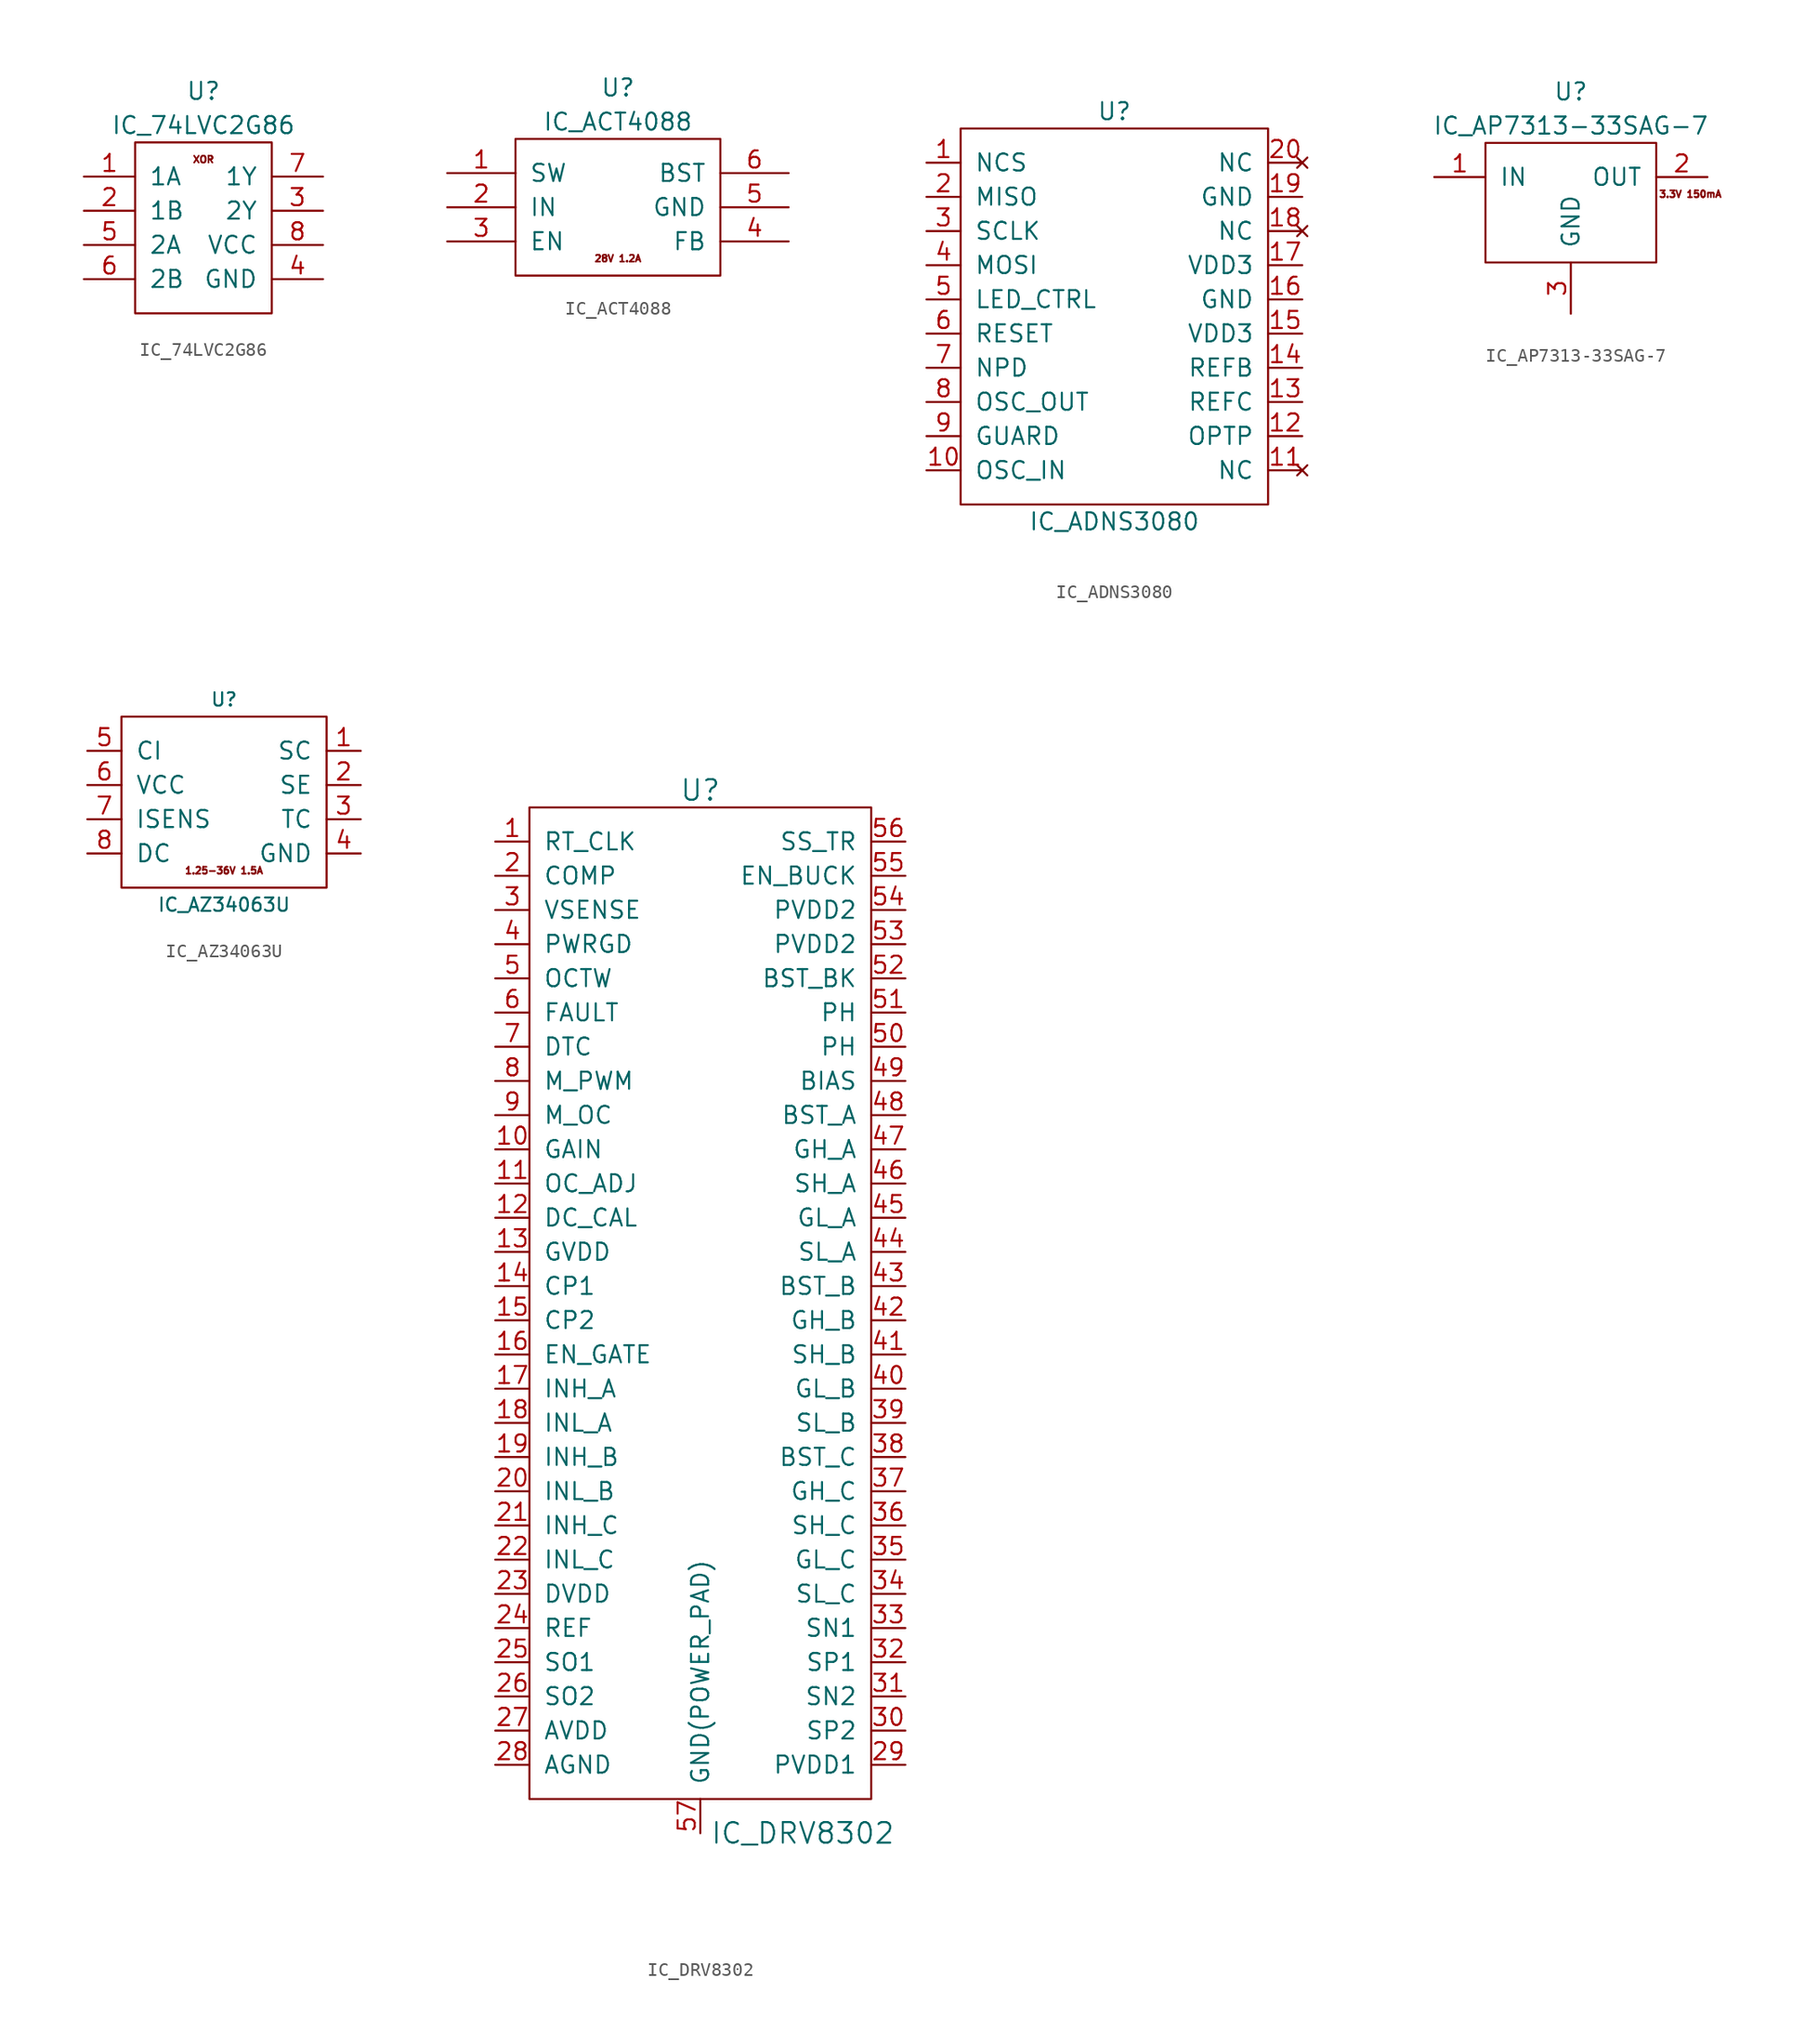
<source format=kicad_sym>
(kicad_symbol_lib
  (version 20211014)
  (generator kicad_symbol_editor)
  (symbol "IC_74LVC2G86"
    (pin_names
      (offset 1.016))
    (property "Reference" "U"
      (at 0 7.62 0)
      (effects (font (size 1.27 1.27))))
    (property "Value" "IC_74LVC2G86"
      (at 0 5.08 0)
      (effects (font (size 1.27 1.27))))
    (symbol "IC_74LVC2G86_0_0"
      (text "XOR" (at 0 2.54 0) (effects (font (size 0.508 0.508)))))
    (symbol "IC_74LVC2G86_0_1"
      (rectangle (start -5.08 3.81) (end 5.08 -8.89) (stroke (width 0) (type default) (color 0 0 0 0)) (fill (type none))))
    (symbol "IC_74LVC2G86_1_1"
      (pin input line (at -8.89 1.27 0) (length 3.81) (name "1A" (effects (font (size 1.27 1.27)))) (number "1" (effects (font (size 1.27 1.27)))))
      (pin input line (at -8.89 -1.27 0) (length 3.81) (name "1B" (effects (font (size 1.27 1.27)))) (number "2" (effects (font (size 1.27 1.27)))))
      (pin output line (at 8.89 -1.27 180) (length 3.81) (name "2Y" (effects (font (size 1.27 1.27)))) (number "3" (effects (font (size 1.27 1.27)))))
      (pin power_in line (at 8.89 -6.35 180) (length 3.81) (name "GND" (effects (font (size 1.27 1.27)))) (number "4" (effects (font (size 1.27 1.27)))))
      (pin input line (at -8.89 -3.81 0) (length 3.81) (name "2A" (effects (font (size 1.27 1.27)))) (number "5" (effects (font (size 1.27 1.27)))))
      (pin input line (at -8.89 -6.35 0) (length 3.81) (name "2B" (effects (font (size 1.27 1.27)))) (number "6" (effects (font (size 1.27 1.27)))))
      (pin output line (at 8.89 1.27 180) (length 3.81) (name "1Y" (effects (font (size 1.27 1.27)))) (number "7" (effects (font (size 1.27 1.27)))))
      (pin power_in line (at 8.89 -3.81 180) (length 3.81) (name "VCC" (effects (font (size 1.27 1.27)))) (number "8" (effects (font (size 1.27 1.27)))))))
  (symbol "IC_ACT4088"
    (pin_names
      (offset 1.016))
    (property "Reference" "U"
      (at 0 8.89 0)
      (effects (font (size 1.27 1.27))))
    (property "Value" "IC_ACT4088"
      (at 0 6.35 0)
      (effects (font (size 1.27 1.27))))
    (symbol "IC_ACT4088_0_0"
      (text "28V 1.2A" (at 0 -3.81 0) (effects (font (size 0.508 0.508)))))
    (symbol "IC_ACT4088_0_1"
      (rectangle (start -7.62 5.08) (end 7.62 -5.08) (stroke (width 0) (type default) (color 0 0 0 0)) (fill (type none))))
    (symbol "IC_ACT4088_1_1"
      (pin output line (at -12.7 2.54 0) (length 5.08) (name "SW" (effects (font (size 1.27 1.27)))) (number "1" (effects (font (size 1.27 1.27)))))
      (pin power_in line (at -12.7 0 0) (length 5.08) (name "IN" (effects (font (size 1.27 1.27)))) (number "2" (effects (font (size 1.27 1.27)))))
      (pin input line (at -12.7 -2.54 0) (length 5.08) (name "EN" (effects (font (size 1.27 1.27)))) (number "3" (effects (font (size 1.27 1.27)))))
      (pin input line (at 12.7 -2.54 180) (length 5.08) (name "FB" (effects (font (size 1.27 1.27)))) (number "4" (effects (font (size 1.27 1.27)))))
      (pin power_in line (at 12.7 0 180) (length 5.08) (name "GND" (effects (font (size 1.27 1.27)))) (number "5" (effects (font (size 1.27 1.27)))))
      (pin passive line (at 12.7 2.54 180) (length 5.08) (name "BST" (effects (font (size 1.27 1.27)))) (number "6" (effects (font (size 1.27 1.27)))))))
  (symbol "IC_ADNS3080"
    (pin_names
      (offset 1.016))
    (property "Reference" "U"
      (at 0 15.24 0)
      (effects (font (size 1.27 1.27))))
    (property "Value" "IC_ADNS3080"
      (at 0 -15.24 0)
      (effects (font (size 1.27 1.27))))
    (symbol "IC_ADNS3080_0_1"
      (rectangle (start -11.43 13.97) (end 11.43 -13.97) (stroke (width 0) (type default) (color 0 0 0 0)) (fill (type none))))
    (symbol "IC_ADNS3080_1_1"
      (pin input line (at -13.97 11.43 0) (length 2.54) (name "NCS" (effects (font (size 1.27 1.27)))) (number "1" (effects (font (size 1.27 1.27)))))
      (pin input line (at -13.97 -11.43 0) (length 2.54) (name "OSC_IN" (effects (font (size 1.27 1.27)))) (number "10" (effects (font (size 1.27 1.27)))))
      (pin no_connect line (at 13.97 -11.43 180) (length 2.54) (name "NC" (effects (font (size 1.27 1.27)))) (number "11" (effects (font (size 1.27 1.27)))))
      (pin input line (at 13.97 -8.89 180) (length 2.54) (name "OPTP" (effects (font (size 1.27 1.27)))) (number "12" (effects (font (size 1.27 1.27)))))
      (pin passive line (at 13.97 -6.35 180) (length 2.54) (name "REFC" (effects (font (size 1.27 1.27)))) (number "13" (effects (font (size 1.27 1.27)))))
      (pin passive line (at 13.97 -3.81 180) (length 2.54) (name "REFB" (effects (font (size 1.27 1.27)))) (number "14" (effects (font (size 1.27 1.27)))))
      (pin power_in line (at 13.97 -1.27 180) (length 2.54) (name "VDD3" (effects (font (size 1.27 1.27)))) (number "15" (effects (font (size 1.27 1.27)))))
      (pin power_in line (at 13.97 1.27 180) (length 2.54) (name "GND" (effects (font (size 1.27 1.27)))) (number "16" (effects (font (size 1.27 1.27)))))
      (pin power_in line (at 13.97 3.81 180) (length 2.54) (name "VDD3" (effects (font (size 1.27 1.27)))) (number "17" (effects (font (size 1.27 1.27)))))
      (pin no_connect line (at 13.97 6.35 180) (length 2.54) (name "NC" (effects (font (size 1.27 1.27)))) (number "18" (effects (font (size 1.27 1.27)))))
      (pin power_in line (at 13.97 8.89 180) (length 2.54) (name "GND" (effects (font (size 1.27 1.27)))) (number "19" (effects (font (size 1.27 1.27)))))
      (pin output line (at -13.97 8.89 0) (length 2.54) (name "MISO" (effects (font (size 1.27 1.27)))) (number "2" (effects (font (size 1.27 1.27)))))
      (pin no_connect line (at 13.97 11.43 180) (length 2.54) (name "NC" (effects (font (size 1.27 1.27)))) (number "20" (effects (font (size 1.27 1.27)))))
      (pin input line (at -13.97 6.35 0) (length 2.54) (name "SCLK" (effects (font (size 1.27 1.27)))) (number "3" (effects (font (size 1.27 1.27)))))
      (pin input line (at -13.97 3.81 0) (length 2.54) (name "MOSI" (effects (font (size 1.27 1.27)))) (number "4" (effects (font (size 1.27 1.27)))))
      (pin output line (at -13.97 1.27 0) (length 2.54) (name "LED_CTRL" (effects (font (size 1.27 1.27)))) (number "5" (effects (font (size 1.27 1.27)))))
      (pin input line (at -13.97 -1.27 0) (length 2.54) (name "RESET" (effects (font (size 1.27 1.27)))) (number "6" (effects (font (size 1.27 1.27)))))
      (pin input line (at -13.97 -3.81 0) (length 2.54) (name "NPD" (effects (font (size 1.27 1.27)))) (number "7" (effects (font (size 1.27 1.27)))))
      (pin output line (at -13.97 -6.35 0) (length 2.54) (name "OSC_OUT" (effects (font (size 1.27 1.27)))) (number "8" (effects (font (size 1.27 1.27)))))
      (pin input line (at -13.97 -8.89 0) (length 2.54) (name "GUARD" (effects (font (size 1.27 1.27)))) (number "9" (effects (font (size 1.27 1.27)))))))
  (symbol "IC_AP7313-33SAG-7"
    (pin_names
      (offset 1.016))
    (property "Reference" "U"
      (at 0 8.89 0)
      (effects (font (size 1.27 1.27))))
    (property "Value" "IC_AP7313-33SAG-7"
      (at 0 6.35 0)
      (effects (font (size 1.27 1.27))))
    (symbol "IC_AP7313-33SAG-7_0_0"
      (text "3.3V 150mA" (at 8.89 1.27 0) (effects (font (size 0.508 0.508)))))
    (symbol "IC_AP7313-33SAG-7_0_1"
      (rectangle (start -6.35 5.08) (end 6.35 -3.81) (stroke (width 0) (type default) (color 0 0 0 0)) (fill (type none))))
    (symbol "IC_AP7313-33SAG-7_1_1"
      (pin power_in line (at -10.16 2.54 0) (length 3.81) (name "IN" (effects (font (size 1.27 1.27)))) (number "1" (effects (font (size 1.27 1.27)))))
      (pin power_out line (at 10.16 2.54 180) (length 3.81) (name "OUT" (effects (font (size 1.27 1.27)))) (number "2" (effects (font (size 1.27 1.27)))))
      (pin power_in line (at 0 -7.62 90) (length 3.81) (name "GND" (effects (font (size 1.27 1.27)))) (number "3" (effects (font (size 1.27 1.27)))))))
  (symbol "IC_AZ34063U"
    (pin_names
      (offset 1.016))
    (property "Reference" "U"
      (at 0 7.62 0)
      (effects (font (size 0.991 0.991))))
    (property "Value" "IC_AZ34063U"
      (at 0 -7.62 0)
      (effects (font (size 0.991 0.991))))
    (symbol "IC_AZ34063U_0_0"
      (text "1.25-36V 1.5A" (at 0 -5.08 0) (effects (font (size 0.508 0.508)))))
    (symbol "IC_AZ34063U_0_1"
      (rectangle (start -7.62 6.35) (end 7.62 -6.35) (stroke (width 0) (type default) (color 0 0 0 0)) (fill (type none))))
    (symbol "IC_AZ34063U_1_1"
      (pin passive line (at 10.16 3.81 180) (length 2.54) (name "SC" (effects (font (size 1.27 1.27)))) (number "1" (effects (font (size 1.27 1.27)))))
      (pin passive line (at 10.16 1.27 180) (length 2.54) (name "SE" (effects (font (size 1.27 1.27)))) (number "2" (effects (font (size 1.27 1.27)))))
      (pin passive line (at 10.16 -1.27 180) (length 2.54) (name "TC" (effects (font (size 1.27 1.27)))) (number "3" (effects (font (size 1.27 1.27)))))
      (pin passive line (at 10.16 -3.81 180) (length 2.54) (name "GND" (effects (font (size 1.27 1.27)))) (number "4" (effects (font (size 1.27 1.27)))))
      (pin passive line (at -10.16 3.81 0) (length 2.54) (name "CI" (effects (font (size 1.27 1.27)))) (number "5" (effects (font (size 1.27 1.27)))))
      (pin power_in line (at -10.16 1.27 0) (length 2.54) (name "VCC" (effects (font (size 1.27 1.27)))) (number "6" (effects (font (size 1.27 1.27)))))
      (pin passive line (at -10.16 -1.27 0) (length 2.54) (name "ISENS" (effects (font (size 1.27 1.27)))) (number "7" (effects (font (size 1.27 1.27)))))
      (pin passive line (at -10.16 -3.81 0) (length 2.54) (name "DC" (effects (font (size 1.27 1.27)))) (number "8" (effects (font (size 1.27 1.27)))))))
  (symbol "IC_DRV8302"
    (pin_names
      (offset 1.016))
    (property "Reference" "U"
      (at 0 38.1 0)
      (effects (font (size 1.524 1.524))))
    (property "Value" "IC_DRV8302"
      (at 7.62 -39.37 0)
      (effects (font (size 1.524 1.524))))
    (property "Datasheet" ""
      (at 0 38.1 0)
      (effects (font (size 1.524 1.524))))
    (symbol "IC_DRV8302_0_1"
      (rectangle (start 12.7 -36.83) (end -12.7 36.83) (stroke (width 0) (type default) (color 0 0 0 0)) (fill (type none))))
    (symbol "IC_DRV8302_1_0"
      (pin output line (at 15.24 21.59 180) (length 2.54) (name "PH" (effects (font (size 1.27 1.27)))) (number "51" (effects (font (size 1.27 1.27))))))
    (symbol "IC_DRV8302_1_1"
      (pin input line (at -15.24 34.29 0) (length 2.54) (name "RT_CLK" (effects (font (size 1.27 1.27)))) (number "1" (effects (font (size 1.27 1.27)))))
      (pin input line (at -15.24 11.43 0) (length 2.54) (name "GAIN" (effects (font (size 1.27 1.27)))) (number "10" (effects (font (size 1.27 1.27)))))
      (pin input line (at -15.24 8.89 0) (length 2.54) (name "OC_ADJ" (effects (font (size 1.27 1.27)))) (number "11" (effects (font (size 1.27 1.27)))))
      (pin input line (at -15.24 6.35 0) (length 2.54) (name "DC_CAL" (effects (font (size 1.27 1.27)))) (number "12" (effects (font (size 1.27 1.27)))))
      (pin power_out line (at -15.24 3.81 0) (length 2.54) (name "GVDD" (effects (font (size 1.27 1.27)))) (number "13" (effects (font (size 1.27 1.27)))))
      (pin power_out line (at -15.24 1.27 0) (length 2.54) (name "CP1" (effects (font (size 1.27 1.27)))) (number "14" (effects (font (size 1.27 1.27)))))
      (pin power_out line (at -15.24 -1.27 0) (length 2.54) (name "CP2" (effects (font (size 1.27 1.27)))) (number "15" (effects (font (size 1.27 1.27)))))
      (pin input line (at -15.24 -3.81 0) (length 2.54) (name "EN_GATE" (effects (font (size 1.27 1.27)))) (number "16" (effects (font (size 1.27 1.27)))))
      (pin input line (at -15.24 -6.35 0) (length 2.54) (name "INH_A" (effects (font (size 1.27 1.27)))) (number "17" (effects (font (size 1.27 1.27)))))
      (pin input line (at -15.24 -8.89 0) (length 2.54) (name "INL_A" (effects (font (size 1.27 1.27)))) (number "18" (effects (font (size 1.27 1.27)))))
      (pin input line (at -15.24 -11.43 0) (length 2.54) (name "INH_B" (effects (font (size 1.27 1.27)))) (number "19" (effects (font (size 1.27 1.27)))))
      (pin output line (at -15.24 31.75 0) (length 2.54) (name "COMP" (effects (font (size 1.27 1.27)))) (number "2" (effects (font (size 1.27 1.27)))))
      (pin input line (at -15.24 -13.97 0) (length 2.54) (name "INL_B" (effects (font (size 1.27 1.27)))) (number "20" (effects (font (size 1.27 1.27)))))
      (pin input line (at -15.24 -16.51 0) (length 2.54) (name "INH_C" (effects (font (size 1.27 1.27)))) (number "21" (effects (font (size 1.27 1.27)))))
      (pin input line (at -15.24 -19.05 0) (length 2.54) (name "INL_C" (effects (font (size 1.27 1.27)))) (number "22" (effects (font (size 1.27 1.27)))))
      (pin power_out line (at -15.24 -21.59 0) (length 2.54) (name "DVDD" (effects (font (size 1.27 1.27)))) (number "23" (effects (font (size 1.27 1.27)))))
      (pin input line (at -15.24 -24.13 0) (length 2.54) (name "REF" (effects (font (size 1.27 1.27)))) (number "24" (effects (font (size 1.27 1.27)))))
      (pin output line (at -15.24 -26.67 0) (length 2.54) (name "SO1" (effects (font (size 1.27 1.27)))) (number "25" (effects (font (size 1.27 1.27)))))
      (pin output line (at -15.24 -29.21 0) (length 2.54) (name "SO2" (effects (font (size 1.27 1.27)))) (number "26" (effects (font (size 1.27 1.27)))))
      (pin power_out line (at -15.24 -31.75 0) (length 2.54) (name "AVDD" (effects (font (size 1.27 1.27)))) (number "27" (effects (font (size 1.27 1.27)))))
      (pin power_in line (at -15.24 -34.29 0) (length 2.54) (name "AGND" (effects (font (size 1.27 1.27)))) (number "28" (effects (font (size 1.27 1.27)))))
      (pin power_in line (at 15.24 -34.29 180) (length 2.54) (name "PVDD1" (effects (font (size 1.27 1.27)))) (number "29" (effects (font (size 1.27 1.27)))))
      (pin input line (at -15.24 29.21 0) (length 2.54) (name "VSENSE" (effects (font (size 1.27 1.27)))) (number "3" (effects (font (size 1.27 1.27)))))
      (pin input line (at 15.24 -31.75 180) (length 2.54) (name "SP2" (effects (font (size 1.27 1.27)))) (number "30" (effects (font (size 1.27 1.27)))))
      (pin input line (at 15.24 -29.21 180) (length 2.54) (name "SN2" (effects (font (size 1.27 1.27)))) (number "31" (effects (font (size 1.27 1.27)))))
      (pin input line (at 15.24 -26.67 180) (length 2.54) (name "SP1" (effects (font (size 1.27 1.27)))) (number "32" (effects (font (size 1.27 1.27)))))
      (pin input line (at 15.24 -24.13 180) (length 2.54) (name "SN1" (effects (font (size 1.27 1.27)))) (number "33" (effects (font (size 1.27 1.27)))))
      (pin input line (at 15.24 -21.59 180) (length 2.54) (name "SL_C" (effects (font (size 1.27 1.27)))) (number "34" (effects (font (size 1.27 1.27)))))
      (pin output line (at 15.24 -19.05 180) (length 2.54) (name "GL_C" (effects (font (size 1.27 1.27)))) (number "35" (effects (font (size 1.27 1.27)))))
      (pin input line (at 15.24 -16.51 180) (length 2.54) (name "SH_C" (effects (font (size 1.27 1.27)))) (number "36" (effects (font (size 1.27 1.27)))))
      (pin output line (at 15.24 -13.97 180) (length 2.54) (name "GH_C" (effects (font (size 1.27 1.27)))) (number "37" (effects (font (size 1.27 1.27)))))
      (pin power_out line (at 15.24 -11.43 180) (length 2.54) (name "BST_C" (effects (font (size 1.27 1.27)))) (number "38" (effects (font (size 1.27 1.27)))))
      (pin input line (at 15.24 -8.89 180) (length 2.54) (name "SL_B" (effects (font (size 1.27 1.27)))) (number "39" (effects (font (size 1.27 1.27)))))
      (pin input line (at -15.24 26.67 0) (length 2.54) (name "PWRGD" (effects (font (size 1.27 1.27)))) (number "4" (effects (font (size 1.27 1.27)))))
      (pin output line (at 15.24 -6.35 180) (length 2.54) (name "GL_B" (effects (font (size 1.27 1.27)))) (number "40" (effects (font (size 1.27 1.27)))))
      (pin input line (at 15.24 -3.81 180) (length 2.54) (name "SH_B" (effects (font (size 1.27 1.27)))) (number "41" (effects (font (size 1.27 1.27)))))
      (pin output line (at 15.24 -1.27 180) (length 2.54) (name "GH_B" (effects (font (size 1.27 1.27)))) (number "42" (effects (font (size 1.27 1.27)))))
      (pin power_out line (at 15.24 1.27 180) (length 2.54) (name "BST_B" (effects (font (size 1.27 1.27)))) (number "43" (effects (font (size 1.27 1.27)))))
      (pin input line (at 15.24 3.81 180) (length 2.54) (name "SL_A" (effects (font (size 1.27 1.27)))) (number "44" (effects (font (size 1.27 1.27)))))
      (pin output line (at 15.24 6.35 180) (length 2.54) (name "GL_A" (effects (font (size 1.27 1.27)))) (number "45" (effects (font (size 1.27 1.27)))))
      (pin input line (at 15.24 8.89 180) (length 2.54) (name "SH_A" (effects (font (size 1.27 1.27)))) (number "46" (effects (font (size 1.27 1.27)))))
      (pin output line (at 15.24 11.43 180) (length 2.54) (name "GH_A" (effects (font (size 1.27 1.27)))) (number "47" (effects (font (size 1.27 1.27)))))
      (pin power_out line (at 15.24 13.97 180) (length 2.54) (name "BST_A" (effects (font (size 1.27 1.27)))) (number "48" (effects (font (size 1.27 1.27)))))
      (pin input line (at 15.24 16.51 180) (length 2.54) (name "BIAS" (effects (font (size 1.27 1.27)))) (number "49" (effects (font (size 1.27 1.27)))))
      (pin output line (at -15.24 24.13 0) (length 2.54) (name "OCTW" (effects (font (size 1.27 1.27)))) (number "5" (effects (font (size 1.27 1.27)))))
      (pin output line (at 15.24 19.05 180) (length 2.54) (name "PH" (effects (font (size 1.27 1.27)))) (number "50" (effects (font (size 1.27 1.27)))))
      (pin power_out line (at 15.24 24.13 180) (length 2.54) (name "BST_BK" (effects (font (size 1.27 1.27)))) (number "52" (effects (font (size 1.27 1.27)))))
      (pin power_in line (at 15.24 26.67 180) (length 2.54) (name "PVDD2" (effects (font (size 1.27 1.27)))) (number "53" (effects (font (size 1.27 1.27)))))
      (pin power_in line (at 15.24 29.21 180) (length 2.54) (name "PVDD2" (effects (font (size 1.27 1.27)))) (number "54" (effects (font (size 1.27 1.27)))))
      (pin input line (at 15.24 31.75 180) (length 2.54) (name "EN_BUCK" (effects (font (size 1.27 1.27)))) (number "55" (effects (font (size 1.27 1.27)))))
      (pin input line (at 15.24 34.29 180) (length 2.54) (name "SS_TR" (effects (font (size 1.27 1.27)))) (number "56" (effects (font (size 1.27 1.27)))))
      (pin power_in line (at 0 -39.37 90) (length 2.54) (name "GND(POWER_PAD)" (effects (font (size 1.27 1.27)))) (number "57" (effects (font (size 1.27 1.27)))))
      (pin output line (at -15.24 21.59 0) (length 2.54) (name "FAULT" (effects (font (size 1.27 1.27)))) (number "6" (effects (font (size 1.27 1.27)))))
      (pin input line (at -15.24 19.05 0) (length 2.54) (name "DTC" (effects (font (size 1.27 1.27)))) (number "7" (effects (font (size 1.27 1.27)))))
      (pin input line (at -15.24 16.51 0) (length 2.54) (name "M_PWM" (effects (font (size 1.27 1.27)))) (number "8" (effects (font (size 1.27 1.27)))))
      (pin input line (at -15.24 13.97 0) (length 2.54) (name "M_OC" (effects (font (size 1.27 1.27)))) (number "9" (effects (font (size 1.27 1.27))))))))
</source>
